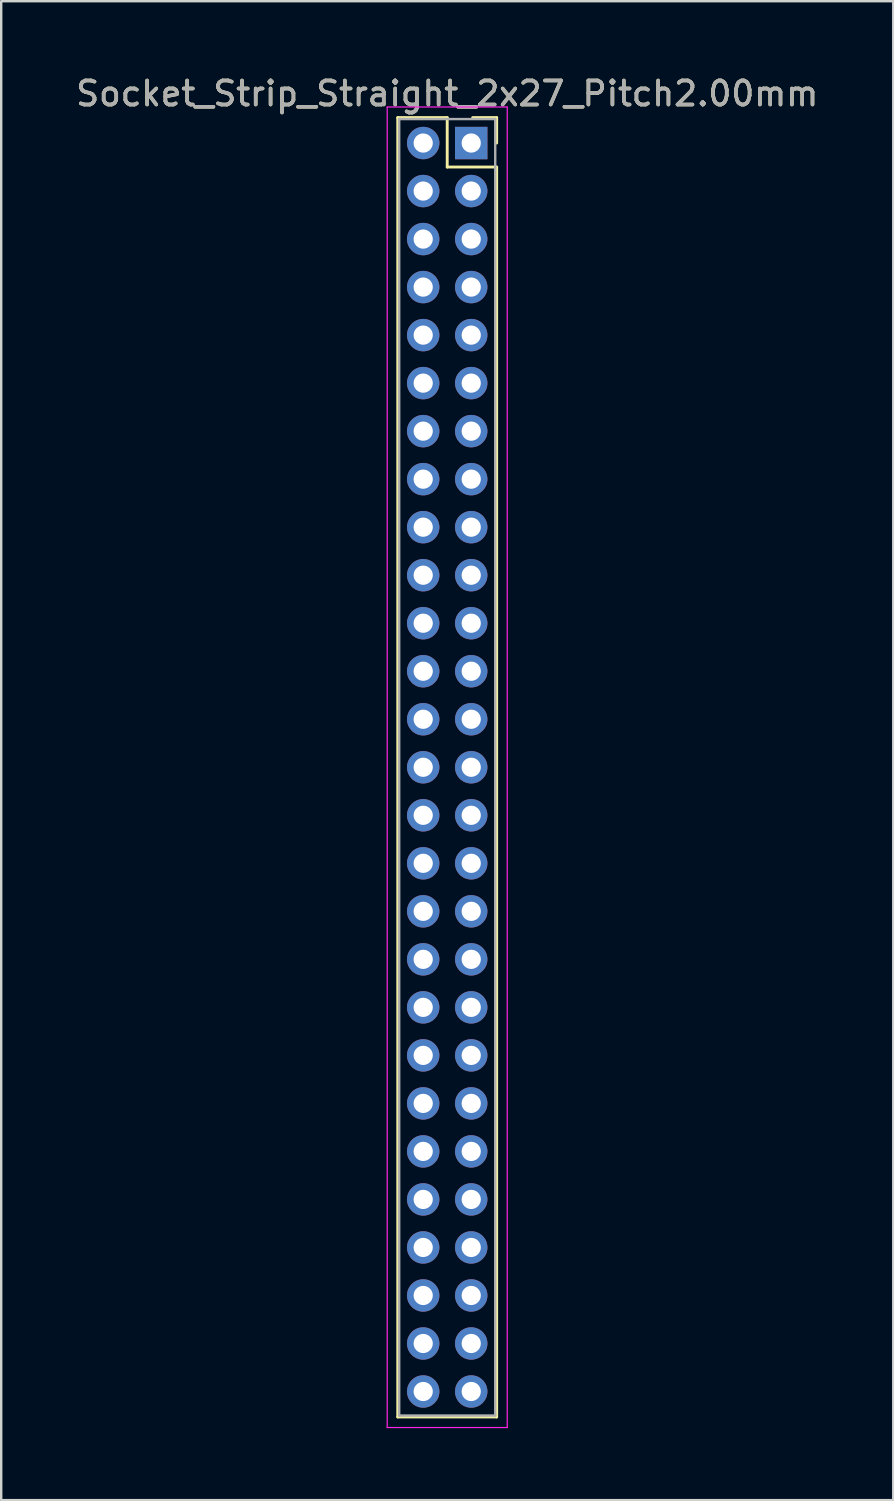
<source format=kicad_pcb>
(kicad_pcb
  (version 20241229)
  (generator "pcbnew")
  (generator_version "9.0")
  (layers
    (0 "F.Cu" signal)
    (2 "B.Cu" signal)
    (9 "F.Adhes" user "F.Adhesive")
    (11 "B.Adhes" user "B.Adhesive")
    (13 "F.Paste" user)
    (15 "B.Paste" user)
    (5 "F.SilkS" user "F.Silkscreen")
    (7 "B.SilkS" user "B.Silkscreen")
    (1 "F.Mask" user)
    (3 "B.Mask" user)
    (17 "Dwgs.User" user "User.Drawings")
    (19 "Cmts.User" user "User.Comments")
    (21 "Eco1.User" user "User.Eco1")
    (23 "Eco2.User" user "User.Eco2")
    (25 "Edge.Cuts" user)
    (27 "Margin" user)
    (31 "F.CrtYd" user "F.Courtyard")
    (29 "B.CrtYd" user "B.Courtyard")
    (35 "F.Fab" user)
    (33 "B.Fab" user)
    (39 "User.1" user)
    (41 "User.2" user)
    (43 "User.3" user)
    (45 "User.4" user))
  (footprint "Socket_Strip_Straight_2x27_Pitch2.00mm"
    (layer "F.Cu")
    (at 16.577 2.908)
    (property "Reference" "Socket_Strip_Straight_2x27_Pitch2.00mm" (at -1 -2.06 0) (layer "F.SilkS") (effects (font (size 1 1) (thickness 0.15))))
    (attr through_hole)
    (fp_line (start -3.06 -1.06) (end -1 -1.06) (stroke (width 0.12) (type solid)) (layer "F.SilkS"))
    (fp_line (start -3.06 53.06) (end -3.06 -1.06) (stroke (width 0.12) (type solid)) (layer "F.SilkS"))
    (fp_line (start -1 -1.06) (end -1 1) (stroke (width 0.12) (type solid)) (layer "F.SilkS"))
    (fp_line (start -1 1) (end 1.06 1) (stroke (width 0.12) (type solid)) (layer "F.SilkS"))
    (fp_line (start 1.06 -1.06) (end 0.06 -1.06) (stroke (width 0.12) (type solid)) (layer "F.SilkS"))
    (fp_line (start 1.06 0) (end 1.06 -1.06) (stroke (width 0.12) (type solid)) (layer "F.SilkS"))
    (fp_line (start 1.06 1) (end 1.06 53.06) (stroke (width 0.12) (type solid)) (layer "F.SilkS"))
    (fp_line (start 1.06 53.06) (end -3.06 53.06) (stroke (width 0.12) (type solid)) (layer "F.SilkS"))
    (fp_line (start -3.5 -1.5) (end -3.5 53.5) (stroke (width 0.05) (type solid)) (layer "F.CrtYd"))
    (fp_line (start -3.5 53.5) (end 1.5 53.5) (stroke (width 0.05) (type solid)) (layer "F.CrtYd"))
    (fp_line (start 1.5 -1.5) (end -3.5 -1.5) (stroke (width 0.05) (type solid)) (layer "F.CrtYd"))
    (fp_line (start 1.5 53.5) (end 1.5 -1.5) (stroke (width 0.05) (type solid)) (layer "F.CrtYd"))
    (fp_line (start -3 -1) (end -3 53) (stroke (width 0.1) (type solid)) (layer "F.Fab"))
    (fp_line (start -3 53) (end 1 53) (stroke (width 0.1) (type solid)) (layer "F.Fab"))
    (fp_line (start 1 -1) (end -3 -1) (stroke (width 0.1) (type solid)) (layer "F.Fab"))
    (fp_line (start 1 53) (end 1 -1) (stroke (width 0.1) (type solid)) (layer "F.Fab"))
    (fp_text user "${REFERENCE}" (at -1 -2.06 0) (layer "F.Fab") (effects (font (size 1 1) (thickness 0.15))))
    (pad "1" thru_hole rect (at 0 0) (size 1.35 1.35) (drill 0.8) (layers "*.Cu" "*.Mask"))
    (pad "2" thru_hole oval (at -2 0) (size 1.35 1.35) (drill 0.8) (layers "*.Cu" "*.Mask"))
    (pad "3" thru_hole oval (at 0 2) (size 1.35 1.35) (drill 0.8) (layers "*.Cu" "*.Mask"))
    (pad "4" thru_hole oval (at -2 2) (size 1.35 1.35) (drill 0.8) (layers "*.Cu" "*.Mask"))
    (pad "5" thru_hole oval (at 0 4) (size 1.35 1.35) (drill 0.8) (layers "*.Cu" "*.Mask"))
    (pad "6" thru_hole oval (at -2 4) (size 1.35 1.35) (drill 0.8) (layers "*.Cu" "*.Mask"))
    (pad "7" thru_hole oval (at 0 6) (size 1.35 1.35) (drill 0.8) (layers "*.Cu" "*.Mask"))
    (pad "8" thru_hole oval (at -2 6) (size 1.35 1.35) (drill 0.8) (layers "*.Cu" "*.Mask"))
    (pad "9" thru_hole oval (at 0 8) (size 1.35 1.35) (drill 0.8) (layers "*.Cu" "*.Mask"))
    (pad "10" thru_hole oval (at -2 8) (size 1.35 1.35) (drill 0.8) (layers "*.Cu" "*.Mask"))
    (pad "11" thru_hole oval (at 0 10) (size 1.35 1.35) (drill 0.8) (layers "*.Cu" "*.Mask"))
    (pad "12" thru_hole oval (at -2 10) (size 1.35 1.35) (drill 0.8) (layers "*.Cu" "*.Mask"))
    (pad "13" thru_hole oval (at 0 12) (size 1.35 1.35) (drill 0.8) (layers "*.Cu" "*.Mask"))
    (pad "14" thru_hole oval (at -2 12) (size 1.35 1.35) (drill 0.8) (layers "*.Cu" "*.Mask"))
    (pad "15" thru_hole oval (at 0 14) (size 1.35 1.35) (drill 0.8) (layers "*.Cu" "*.Mask"))
    (pad "16" thru_hole oval (at -2 14) (size 1.35 1.35) (drill 0.8) (layers "*.Cu" "*.Mask"))
    (pad "17" thru_hole oval (at 0 16) (size 1.35 1.35) (drill 0.8) (layers "*.Cu" "*.Mask"))
    (pad "18" thru_hole oval (at -2 16) (size 1.35 1.35) (drill 0.8) (layers "*.Cu" "*.Mask"))
    (pad "19" thru_hole oval (at 0 18) (size 1.35 1.35) (drill 0.8) (layers "*.Cu" "*.Mask"))
    (pad "20" thru_hole oval (at -2 18) (size 1.35 1.35) (drill 0.8) (layers "*.Cu" "*.Mask"))
    (pad "21" thru_hole oval (at 0 20) (size 1.35 1.35) (drill 0.8) (layers "*.Cu" "*.Mask"))
    (pad "22" thru_hole oval (at -2 20) (size 1.35 1.35) (drill 0.8) (layers "*.Cu" "*.Mask"))
    (pad "23" thru_hole oval (at 0 22) (size 1.35 1.35) (drill 0.8) (layers "*.Cu" "*.Mask"))
    (pad "24" thru_hole oval (at -2 22) (size 1.35 1.35) (drill 0.8) (layers "*.Cu" "*.Mask"))
    (pad "25" thru_hole oval (at 0 24) (size 1.35 1.35) (drill 0.8) (layers "*.Cu" "*.Mask"))
    (pad "26" thru_hole oval (at -2 24) (size 1.35 1.35) (drill 0.8) (layers "*.Cu" "*.Mask"))
    (pad "27" thru_hole oval (at 0 26) (size 1.35 1.35) (drill 0.8) (layers "*.Cu" "*.Mask"))
    (pad "28" thru_hole oval (at -2 26) (size 1.35 1.35) (drill 0.8) (layers "*.Cu" "*.Mask"))
    (pad "29" thru_hole oval (at 0 28) (size 1.35 1.35) (drill 0.8) (layers "*.Cu" "*.Mask"))
    (pad "30" thru_hole oval (at -2 28) (size 1.35 1.35) (drill 0.8) (layers "*.Cu" "*.Mask"))
    (pad "31" thru_hole oval (at 0 30) (size 1.35 1.35) (drill 0.8) (layers "*.Cu" "*.Mask"))
    (pad "32" thru_hole oval (at -2 30) (size 1.35 1.35) (drill 0.8) (layers "*.Cu" "*.Mask"))
    (pad "33" thru_hole oval (at 0 32) (size 1.35 1.35) (drill 0.8) (layers "*.Cu" "*.Mask"))
    (pad "34" thru_hole oval (at -2 32) (size 1.35 1.35) (drill 0.8) (layers "*.Cu" "*.Mask"))
    (pad "35" thru_hole oval (at 0 34) (size 1.35 1.35) (drill 0.8) (layers "*.Cu" "*.Mask"))
    (pad "36" thru_hole oval (at -2 34) (size 1.35 1.35) (drill 0.8) (layers "*.Cu" "*.Mask"))
    (pad "37" thru_hole oval (at 0 36) (size 1.35 1.35) (drill 0.8) (layers "*.Cu" "*.Mask"))
    (pad "38" thru_hole oval (at -2 36) (size 1.35 1.35) (drill 0.8) (layers "*.Cu" "*.Mask"))
    (pad "39" thru_hole oval (at 0 38) (size 1.35 1.35) (drill 0.8) (layers "*.Cu" "*.Mask"))
    (pad "40" thru_hole oval (at -2 38) (size 1.35 1.35) (drill 0.8) (layers "*.Cu" "*.Mask"))
    (pad "41" thru_hole oval (at 0 40) (size 1.35 1.35) (drill 0.8) (layers "*.Cu" "*.Mask"))
    (pad "42" thru_hole oval (at -2 40) (size 1.35 1.35) (drill 0.8) (layers "*.Cu" "*.Mask"))
    (pad "43" thru_hole oval (at 0 42) (size 1.35 1.35) (drill 0.8) (layers "*.Cu" "*.Mask"))
    (pad "44" thru_hole oval (at -2 42) (size 1.35 1.35) (drill 0.8) (layers "*.Cu" "*.Mask"))
    (pad "45" thru_hole oval (at 0 44) (size 1.35 1.35) (drill 0.8) (layers "*.Cu" "*.Mask"))
    (pad "46" thru_hole oval (at -2 44) (size 1.35 1.35) (drill 0.8) (layers "*.Cu" "*.Mask"))
    (pad "47" thru_hole oval (at 0 46) (size 1.35 1.35) (drill 0.8) (layers "*.Cu" "*.Mask"))
    (pad "48" thru_hole oval (at -2 46) (size 1.35 1.35) (drill 0.8) (layers "*.Cu" "*.Mask"))
    (pad "49" thru_hole oval (at 0 48) (size 1.35 1.35) (drill 0.8) (layers "*.Cu" "*.Mask"))
    (pad "50" thru_hole oval (at -2 48) (size 1.35 1.35) (drill 0.8) (layers "*.Cu" "*.Mask"))
    (pad "51" thru_hole oval (at 0 50) (size 1.35 1.35) (drill 0.8) (layers "*.Cu" "*.Mask"))
    (pad "52" thru_hole oval (at -2 50) (size 1.35 1.35) (drill 0.8) (layers "*.Cu" "*.Mask"))
    (pad "53" thru_hole oval (at 0 52) (size 1.35 1.35) (drill 0.8) (layers "*.Cu" "*.Mask"))
    (pad "54" thru_hole oval (at -2 52) (size 1.35 1.35) (drill 0.8) (layers "*.Cu" "*.Mask")))
  (gr_rect
    (start -3 -3)
    (end 34.155 59.433)
    (stroke (width 0.1) (type default))
    (fill no)
    (layer "Edge.Cuts")))
</source>
